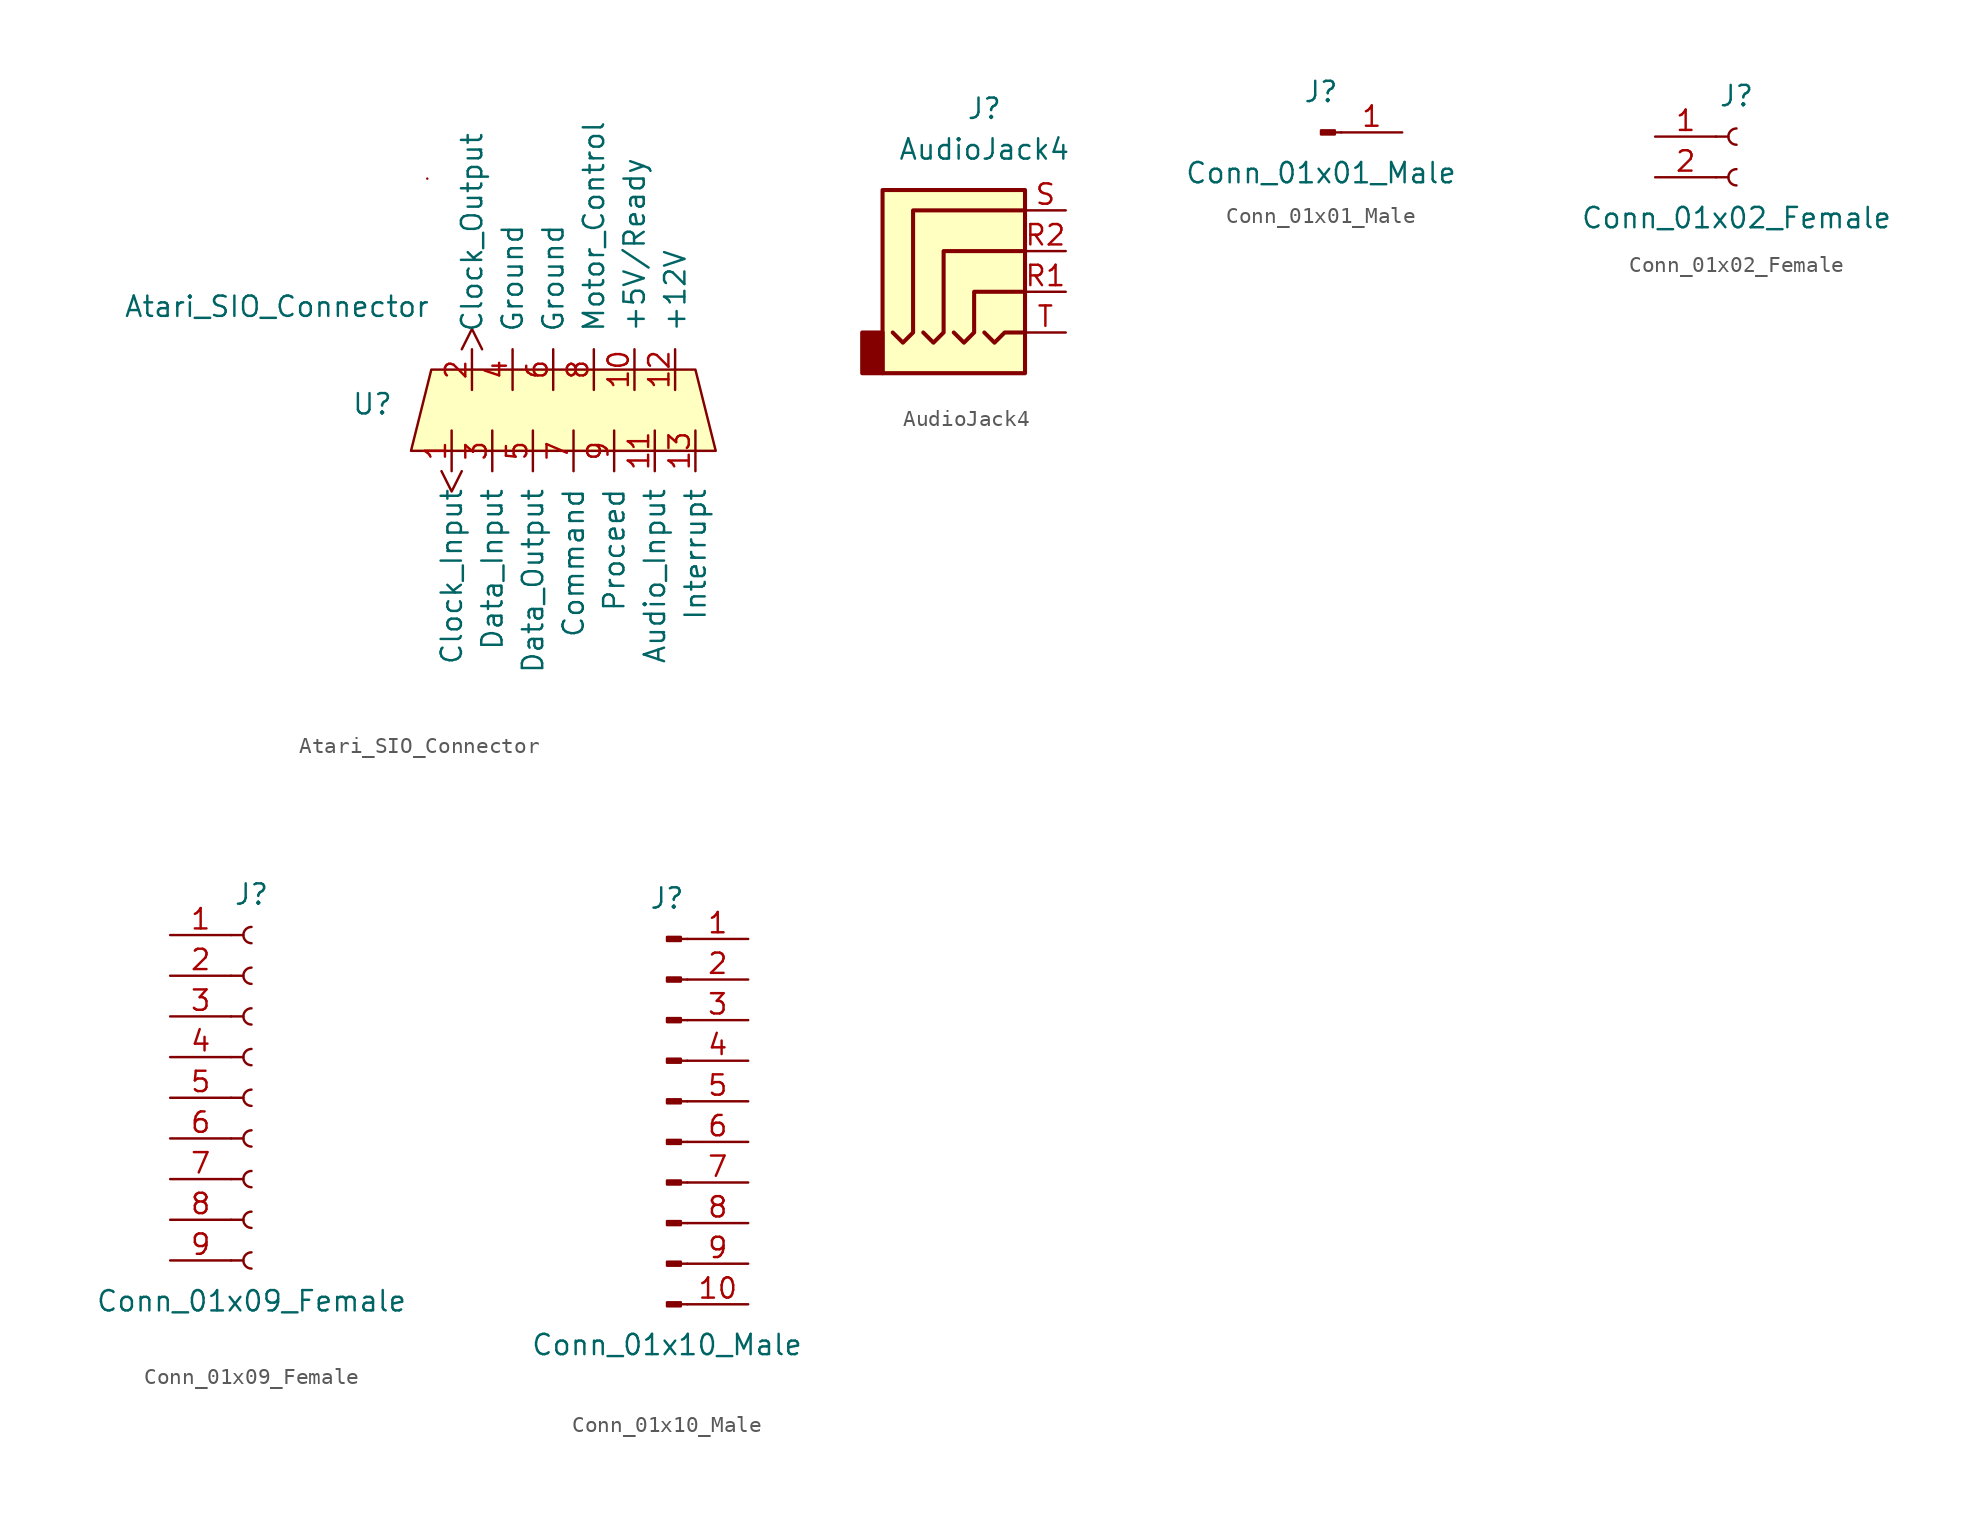
<source format=kicad_sym>
(kicad_symbol_lib
  (version 20211014)
  (generator kicad_symbol_editor)
  (symbol "Atari_SIO_Connector"
    (pin_names
      (offset 1.016))
    (property "Reference" "U"
      (at -13.843 5.461 0)
      (effects (font (size 1.27 1.27))))
    (property "Value" "Atari_SIO_Connector"
      (at -19.812 11.557 0)
      (effects (font (size 1.27 1.27))))
    (symbol "Atari_SIO_Connector_0_1"
      (polyline (pts (xy -10.414 19.558) (xy -10.414 19.558)) (stroke (width 0) (type default) (color 0 0 0 0)) (fill (type none)))
      (polyline (pts (xy -10.16 7.62) (xy -11.43 2.54) (xy 7.62 2.54) (xy 6.35 7.62) (xy -10.16 7.62)) (stroke (width 0) (type default) (color 0 0 0 0)) (fill (type background))))
    (symbol "Atari_SIO_Connector_1_1"
      (pin input clock (at -8.89 3.81 270) (length 2.54) (name "Clock_Input" (effects (font (size 1.27 1.27)))) (number "1" (effects (font (size 1.27 1.27)))))
      (pin power_out line (at 2.54 6.35 90) (length 2.54) (name "+5V/Ready" (effects (font (size 1.27 1.27)))) (number "10" (effects (font (size 1.27 1.27)))))
      (pin input line (at 3.81 3.81 270) (length 2.54) (name "Audio_Input" (effects (font (size 1.27 1.27)))) (number "11" (effects (font (size 1.27 1.27)))))
      (pin power_in line (at 5.08 6.35 90) (length 2.54) (name "+12V" (effects (font (size 1.27 1.27)))) (number "12" (effects (font (size 1.27 1.27)))))
      (pin bidirectional line (at 6.35 3.81 270) (length 2.54) (name "Interrupt" (effects (font (size 1.27 1.27)))) (number "13" (effects (font (size 1.27 1.27)))))
      (pin output clock (at -7.62 6.35 90) (length 2.54) (name "Clock_Output" (effects (font (size 1.27 1.27)))) (number "2" (effects (font (size 1.27 1.27)))))
      (pin input line (at -6.35 3.81 270) (length 2.54) (name "Data_Input" (effects (font (size 1.27 1.27)))) (number "3" (effects (font (size 1.27 1.27)))))
      (pin passive line (at -5.08 6.35 90) (length 2.54) (name "Ground" (effects (font (size 1.27 1.27)))) (number "4" (effects (font (size 1.27 1.27)))))
      (pin output line (at -3.81 3.81 270) (length 2.54) (name "Data_Output" (effects (font (size 1.27 1.27)))) (number "5" (effects (font (size 1.27 1.27)))))
      (pin passive line (at -2.54 6.35 90) (length 2.54) (name "Ground" (effects (font (size 1.27 1.27)))) (number "6" (effects (font (size 1.27 1.27)))))
      (pin bidirectional line (at -1.27 3.81 270) (length 2.54) (name "Command" (effects (font (size 1.27 1.27)))) (number "7" (effects (font (size 1.27 1.27)))))
      (pin bidirectional line (at 0 6.35 90) (length 2.54) (name "Motor_Control" (effects (font (size 1.27 1.27)))) (number "8" (effects (font (size 1.27 1.27)))))
      (pin bidirectional line (at 1.27 3.81 270) (length 2.54) (name "Proceed" (effects (font (size 1.27 1.27)))) (number "9" (effects (font (size 1.27 1.27)))))))
  (symbol "AudioJack4"
    (property "Reference" "J"
      (at 0 8.89 0)
      (effects (font (size 1.27 1.27))))
    (property "Value" "AudioJack4"
      (at 0 6.35 0)
      (effects (font (size 1.27 1.27))))
    (symbol "AudioJack4_0_1"
      (rectangle (start -6.35 -5.08) (end -7.62 -7.62) (stroke (width 0.254) (type default) (color 0 0 0 0)) (fill (type outline)))
      (polyline (pts (xy 0 -5.08) (xy 0.635 -5.715) (xy 1.27 -5.08) (xy 2.54 -5.08)) (stroke (width 0.254) (type default) (color 0 0 0 0)) (fill (type none)))
      (polyline (pts (xy -5.715 -5.08) (xy -5.08 -5.715) (xy -4.445 -5.08) (xy -4.445 2.54) (xy 2.54 2.54)) (stroke (width 0.254) (type default) (color 0 0 0 0)) (fill (type none)))
      (polyline (pts (xy -1.905 -5.08) (xy -1.27 -5.715) (xy -0.635 -5.08) (xy -0.635 -2.54) (xy 2.54 -2.54)) (stroke (width 0.254) (type default) (color 0 0 0 0)) (fill (type none)))
      (polyline (pts (xy 2.54 0) (xy -2.54 0) (xy -2.54 -5.08) (xy -3.175 -5.715) (xy -3.81 -5.08)) (stroke (width 0.254) (type default) (color 0 0 0 0)) (fill (type none)))
      (rectangle (start 2.54 3.81) (end -6.35 -7.62) (stroke (width 0.254) (type default) (color 0 0 0 0)) (fill (type background))))
    (symbol "AudioJack4_1_1"
      (pin passive line (at 5.08 -2.54 180) (length 2.54) (name "~" (effects (font (size 1.27 1.27)))) (number "R1" (effects (font (size 1.27 1.27)))))
      (pin passive line (at 5.08 0 180) (length 2.54) (name "~" (effects (font (size 1.27 1.27)))) (number "R2" (effects (font (size 1.27 1.27)))))
      (pin passive line (at 5.08 2.54 180) (length 2.54) (name "~" (effects (font (size 1.27 1.27)))) (number "S" (effects (font (size 1.27 1.27)))))
      (pin passive line (at 5.08 -5.08 180) (length 2.54) (name "~" (effects (font (size 1.27 1.27)))) (number "T" (effects (font (size 1.27 1.27)))))))
  (symbol "Conn_01x01_Male"
    (pin_names
      (offset 1.016) hide)
    (property "Reference" "J"
      (at 0 2.54 0)
      (effects (font (size 1.27 1.27))))
    (property "Value" "Conn_01x01_Male"
      (at 0 -2.54 0)
      (effects (font (size 1.27 1.27))))
    (symbol "Conn_01x01_Male_1_1"
      (polyline (pts (xy 1.27 0) (xy 0.864 0)) (stroke (width 0.152) (type default) (color 0 0 0 0)) (fill (type none)))
      (rectangle (start 0.864 0.127) (end 0 -0.127) (stroke (width 0.152) (type default) (color 0 0 0 0)) (fill (type outline)))
      (pin passive line (at 5.08 0 180) (length 3.81) (name "Pin_1" (effects (font (size 1.27 1.27)))) (number "1" (effects (font (size 1.27 1.27)))))))
  (symbol "Conn_01x02_Female"
    (pin_names
      (offset 1.016) hide)
    (property "Reference" "J"
      (at 0 2.54 0)
      (effects (font (size 1.27 1.27))))
    (property "Value" "Conn_01x02_Female"
      (at 0 -5.08 0)
      (effects (font (size 1.27 1.27))))
    (symbol "Conn_01x02_Female_1_1"
      (arc (start 0 -2.032) (mid -0.508 -2.54) (end 0 -3.048) (stroke (width 0.1524) (type default) (color 0 0 0 0)) (fill (type none)))
      (polyline (pts (xy -1.27 -2.54) (xy -0.508 -2.54)) (stroke (width 0.152) (type default) (color 0 0 0 0)) (fill (type none)))
      (polyline (pts (xy -1.27 0) (xy -0.508 0)) (stroke (width 0.152) (type default) (color 0 0 0 0)) (fill (type none)))
      (arc (start 0 0.508) (mid -0.508 0) (end 0 -0.508) (stroke (width 0.1524) (type default) (color 0 0 0 0)) (fill (type none)))
      (pin passive line (at -5.08 0 0) (length 3.81) (name "Pin_1" (effects (font (size 1.27 1.27)))) (number "1" (effects (font (size 1.27 1.27)))))
      (pin passive line (at -5.08 -2.54 0) (length 3.81) (name "Pin_2" (effects (font (size 1.27 1.27)))) (number "2" (effects (font (size 1.27 1.27)))))))
  (symbol "Conn_01x09_Female"
    (pin_names
      (offset 1.016) hide)
    (property "Reference" "J"
      (at 0 12.7 0)
      (effects (font (size 1.27 1.27))))
    (property "Value" "Conn_01x09_Female"
      (at 0 -12.7 0)
      (effects (font (size 1.27 1.27))))
    (symbol "Conn_01x09_Female_1_1"
      (arc (start 0 -9.652) (mid -0.508 -10.16) (end 0 -10.668) (stroke (width 0.1524) (type default) (color 0 0 0 0)) (fill (type none)))
      (arc (start 0 -7.112) (mid -0.508 -7.62) (end 0 -8.128) (stroke (width 0.1524) (type default) (color 0 0 0 0)) (fill (type none)))
      (arc (start 0 -4.572) (mid -0.508 -5.08) (end 0 -5.588) (stroke (width 0.1524) (type default) (color 0 0 0 0)) (fill (type none)))
      (arc (start 0 -2.032) (mid -0.508 -2.54) (end 0 -3.048) (stroke (width 0.1524) (type default) (color 0 0 0 0)) (fill (type none)))
      (polyline (pts (xy -1.27 -10.16) (xy -0.508 -10.16)) (stroke (width 0.152) (type default) (color 0 0 0 0)) (fill (type none)))
      (polyline (pts (xy -1.27 -7.62) (xy -0.508 -7.62)) (stroke (width 0.152) (type default) (color 0 0 0 0)) (fill (type none)))
      (polyline (pts (xy -1.27 -5.08) (xy -0.508 -5.08)) (stroke (width 0.152) (type default) (color 0 0 0 0)) (fill (type none)))
      (polyline (pts (xy -1.27 -2.54) (xy -0.508 -2.54)) (stroke (width 0.152) (type default) (color 0 0 0 0)) (fill (type none)))
      (polyline (pts (xy -1.27 0) (xy -0.508 0)) (stroke (width 0.152) (type default) (color 0 0 0 0)) (fill (type none)))
      (polyline (pts (xy -1.27 2.54) (xy -0.508 2.54)) (stroke (width 0.152) (type default) (color 0 0 0 0)) (fill (type none)))
      (polyline (pts (xy -1.27 5.08) (xy -0.508 5.08)) (stroke (width 0.152) (type default) (color 0 0 0 0)) (fill (type none)))
      (polyline (pts (xy -1.27 7.62) (xy -0.508 7.62)) (stroke (width 0.152) (type default) (color 0 0 0 0)) (fill (type none)))
      (polyline (pts (xy -1.27 10.16) (xy -0.508 10.16)) (stroke (width 0.152) (type default) (color 0 0 0 0)) (fill (type none)))
      (arc (start 0 0.508) (mid -0.508 0) (end 0 -0.508) (stroke (width 0.1524) (type default) (color 0 0 0 0)) (fill (type none)))
      (arc (start 0 3.048) (mid -0.508 2.54) (end 0 2.032) (stroke (width 0.1524) (type default) (color 0 0 0 0)) (fill (type none)))
      (arc (start 0 5.588) (mid -0.508 5.08) (end 0 4.572) (stroke (width 0.1524) (type default) (color 0 0 0 0)) (fill (type none)))
      (arc (start 0 8.128) (mid -0.508 7.62) (end 0 7.112) (stroke (width 0.1524) (type default) (color 0 0 0 0)) (fill (type none)))
      (arc (start 0 10.668) (mid -0.508 10.16) (end 0 9.652) (stroke (width 0.1524) (type default) (color 0 0 0 0)) (fill (type none)))
      (pin passive line (at -5.08 10.16 0) (length 3.81) (name "Pin_1" (effects (font (size 1.27 1.27)))) (number "1" (effects (font (size 1.27 1.27)))))
      (pin passive line (at -5.08 7.62 0) (length 3.81) (name "Pin_2" (effects (font (size 1.27 1.27)))) (number "2" (effects (font (size 1.27 1.27)))))
      (pin passive line (at -5.08 5.08 0) (length 3.81) (name "Pin_3" (effects (font (size 1.27 1.27)))) (number "3" (effects (font (size 1.27 1.27)))))
      (pin passive line (at -5.08 2.54 0) (length 3.81) (name "Pin_4" (effects (font (size 1.27 1.27)))) (number "4" (effects (font (size 1.27 1.27)))))
      (pin passive line (at -5.08 0 0) (length 3.81) (name "Pin_5" (effects (font (size 1.27 1.27)))) (number "5" (effects (font (size 1.27 1.27)))))
      (pin passive line (at -5.08 -2.54 0) (length 3.81) (name "Pin_6" (effects (font (size 1.27 1.27)))) (number "6" (effects (font (size 1.27 1.27)))))
      (pin passive line (at -5.08 -5.08 0) (length 3.81) (name "Pin_7" (effects (font (size 1.27 1.27)))) (number "7" (effects (font (size 1.27 1.27)))))
      (pin passive line (at -5.08 -7.62 0) (length 3.81) (name "Pin_8" (effects (font (size 1.27 1.27)))) (number "8" (effects (font (size 1.27 1.27)))))
      (pin passive line (at -5.08 -10.16 0) (length 3.81) (name "Pin_9" (effects (font (size 1.27 1.27)))) (number "9" (effects (font (size 1.27 1.27)))))))
  (symbol "Conn_01x10_Male"
    (pin_names
      (offset 1.016) hide)
    (property "Reference" "J"
      (at 0 12.7 0)
      (effects (font (size 1.27 1.27))))
    (property "Value" "Conn_01x10_Male"
      (at 0 -15.24 0)
      (effects (font (size 1.27 1.27))))
    (symbol "Conn_01x10_Male_1_1"
      (polyline (pts (xy 1.27 -12.7) (xy 0.864 -12.7)) (stroke (width 0.152) (type default) (color 0 0 0 0)) (fill (type none)))
      (polyline (pts (xy 1.27 -10.16) (xy 0.864 -10.16)) (stroke (width 0.152) (type default) (color 0 0 0 0)) (fill (type none)))
      (polyline (pts (xy 1.27 -7.62) (xy 0.864 -7.62)) (stroke (width 0.152) (type default) (color 0 0 0 0)) (fill (type none)))
      (polyline (pts (xy 1.27 -5.08) (xy 0.864 -5.08)) (stroke (width 0.152) (type default) (color 0 0 0 0)) (fill (type none)))
      (polyline (pts (xy 1.27 -2.54) (xy 0.864 -2.54)) (stroke (width 0.152) (type default) (color 0 0 0 0)) (fill (type none)))
      (polyline (pts (xy 1.27 0) (xy 0.864 0)) (stroke (width 0.152) (type default) (color 0 0 0 0)) (fill (type none)))
      (polyline (pts (xy 1.27 2.54) (xy 0.864 2.54)) (stroke (width 0.152) (type default) (color 0 0 0 0)) (fill (type none)))
      (polyline (pts (xy 1.27 5.08) (xy 0.864 5.08)) (stroke (width 0.152) (type default) (color 0 0 0 0)) (fill (type none)))
      (polyline (pts (xy 1.27 7.62) (xy 0.864 7.62)) (stroke (width 0.152) (type default) (color 0 0 0 0)) (fill (type none)))
      (polyline (pts (xy 1.27 10.16) (xy 0.864 10.16)) (stroke (width 0.152) (type default) (color 0 0 0 0)) (fill (type none)))
      (rectangle (start 0.864 -12.573) (end 0 -12.827) (stroke (width 0.152) (type default) (color 0 0 0 0)) (fill (type outline)))
      (rectangle (start 0.864 -10.033) (end 0 -10.287) (stroke (width 0.152) (type default) (color 0 0 0 0)) (fill (type outline)))
      (rectangle (start 0.864 -7.493) (end 0 -7.747) (stroke (width 0.152) (type default) (color 0 0 0 0)) (fill (type outline)))
      (rectangle (start 0.864 -4.953) (end 0 -5.207) (stroke (width 0.152) (type default) (color 0 0 0 0)) (fill (type outline)))
      (rectangle (start 0.864 -2.413) (end 0 -2.667) (stroke (width 0.152) (type default) (color 0 0 0 0)) (fill (type outline)))
      (rectangle (start 0.864 0.127) (end 0 -0.127) (stroke (width 0.152) (type default) (color 0 0 0 0)) (fill (type outline)))
      (rectangle (start 0.864 2.667) (end 0 2.413) (stroke (width 0.152) (type default) (color 0 0 0 0)) (fill (type outline)))
      (rectangle (start 0.864 5.207) (end 0 4.953) (stroke (width 0.152) (type default) (color 0 0 0 0)) (fill (type outline)))
      (rectangle (start 0.864 7.747) (end 0 7.493) (stroke (width 0.152) (type default) (color 0 0 0 0)) (fill (type outline)))
      (rectangle (start 0.864 10.287) (end 0 10.033) (stroke (width 0.152) (type default) (color 0 0 0 0)) (fill (type outline)))
      (pin passive line (at 5.08 10.16 180) (length 3.81) (name "Pin_1" (effects (font (size 1.27 1.27)))) (number "1" (effects (font (size 1.27 1.27)))))
      (pin passive line (at 5.08 -12.7 180) (length 3.81) (name "Pin_10" (effects (font (size 1.27 1.27)))) (number "10" (effects (font (size 1.27 1.27)))))
      (pin passive line (at 5.08 7.62 180) (length 3.81) (name "Pin_2" (effects (font (size 1.27 1.27)))) (number "2" (effects (font (size 1.27 1.27)))))
      (pin passive line (at 5.08 5.08 180) (length 3.81) (name "Pin_3" (effects (font (size 1.27 1.27)))) (number "3" (effects (font (size 1.27 1.27)))))
      (pin passive line (at 5.08 2.54 180) (length 3.81) (name "Pin_4" (effects (font (size 1.27 1.27)))) (number "4" (effects (font (size 1.27 1.27)))))
      (pin passive line (at 5.08 0 180) (length 3.81) (name "Pin_5" (effects (font (size 1.27 1.27)))) (number "5" (effects (font (size 1.27 1.27)))))
      (pin passive line (at 5.08 -2.54 180) (length 3.81) (name "Pin_6" (effects (font (size 1.27 1.27)))) (number "6" (effects (font (size 1.27 1.27)))))
      (pin passive line (at 5.08 -5.08 180) (length 3.81) (name "Pin_7" (effects (font (size 1.27 1.27)))) (number "7" (effects (font (size 1.27 1.27)))))
      (pin passive line (at 5.08 -7.62 180) (length 3.81) (name "Pin_8" (effects (font (size 1.27 1.27)))) (number "8" (effects (font (size 1.27 1.27)))))
      (pin passive line (at 5.08 -10.16 180) (length 3.81) (name "Pin_9" (effects (font (size 1.27 1.27)))) (number "9" (effects (font (size 1.27 1.27))))))))
</source>
